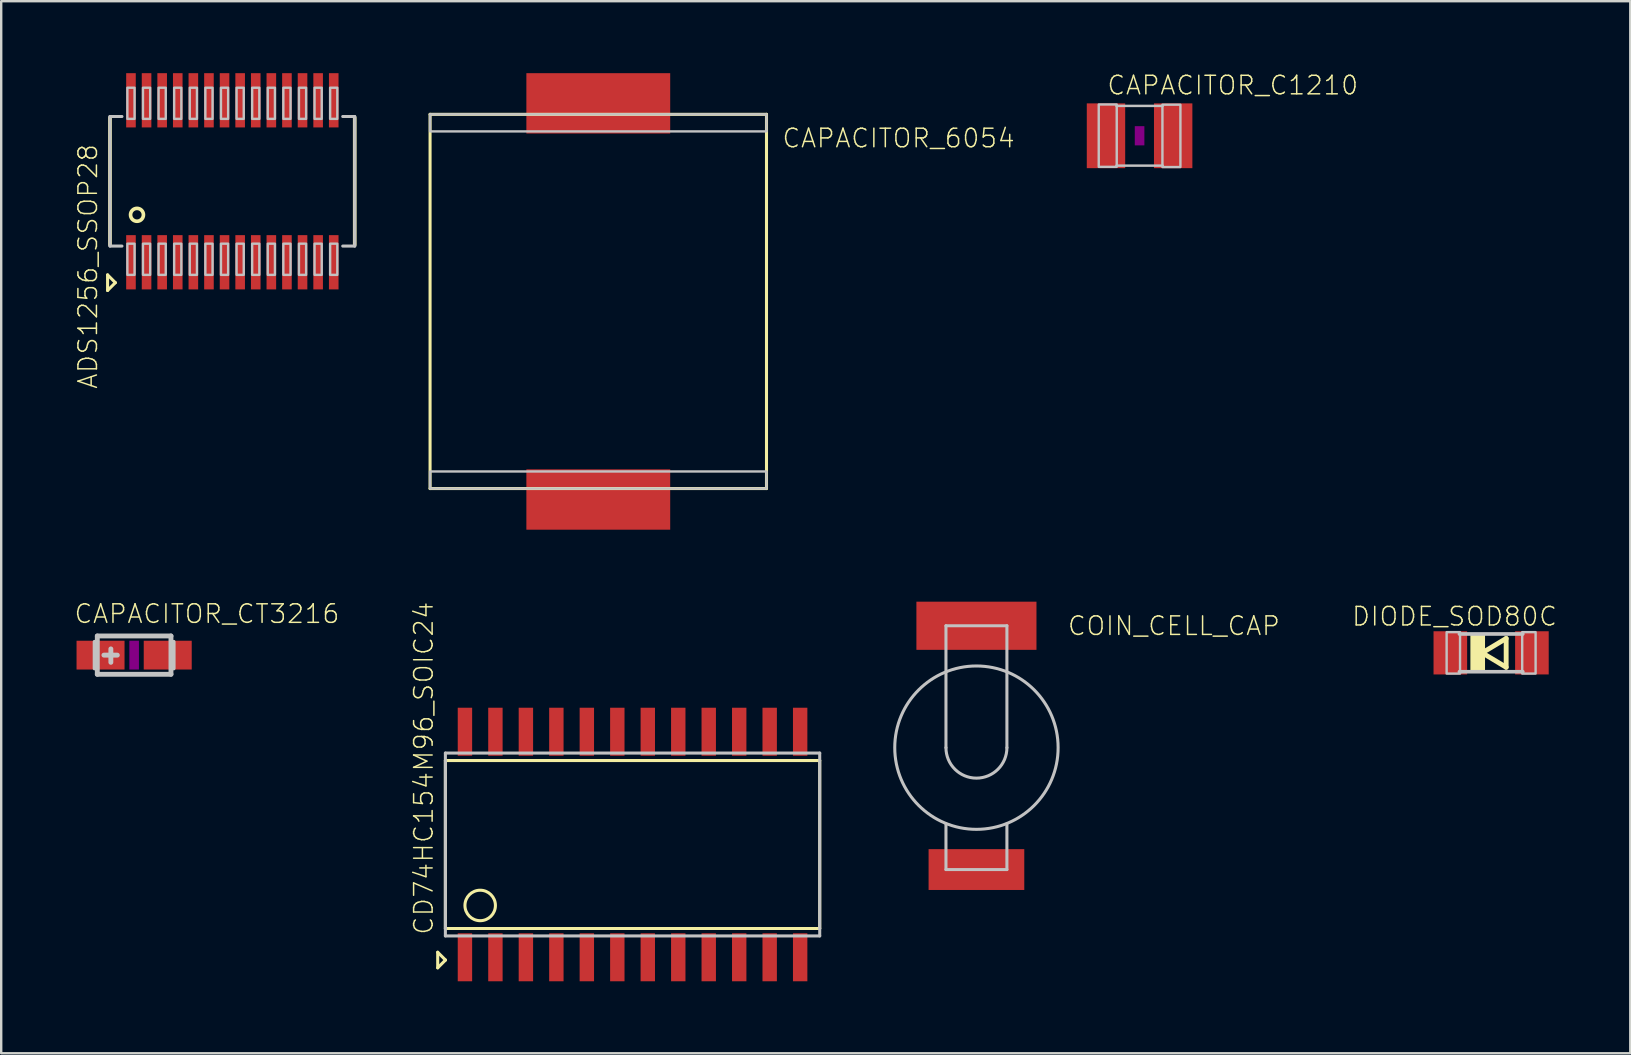
<source format=kicad_pcb>
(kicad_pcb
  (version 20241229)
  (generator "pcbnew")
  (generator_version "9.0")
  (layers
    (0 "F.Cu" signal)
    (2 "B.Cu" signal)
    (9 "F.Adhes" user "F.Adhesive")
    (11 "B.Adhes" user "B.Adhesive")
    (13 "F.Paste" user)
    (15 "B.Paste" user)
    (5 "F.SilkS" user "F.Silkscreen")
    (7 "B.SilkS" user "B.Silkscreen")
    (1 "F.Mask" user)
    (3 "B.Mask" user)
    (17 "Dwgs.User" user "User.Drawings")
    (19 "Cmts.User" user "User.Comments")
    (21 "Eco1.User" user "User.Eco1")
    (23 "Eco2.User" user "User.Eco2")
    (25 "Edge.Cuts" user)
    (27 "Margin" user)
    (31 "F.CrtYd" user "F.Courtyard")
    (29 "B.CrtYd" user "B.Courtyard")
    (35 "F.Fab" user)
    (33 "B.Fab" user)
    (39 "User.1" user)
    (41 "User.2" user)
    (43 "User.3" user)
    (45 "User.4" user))
  (footprint "ADS1256_SSOP28"
    (layer "F.Cu")
    (at 6.633 4.505)
    (property "Reference" "ADS1256_SSOP28" (at -6.47 -1.6 270) (layer "F.SilkS") (effects (font (size 0.772 0.772) (thickness 0.062)) (justify right top)))
    (attr through_hole)
    (fp_line (start -5.2 3.9) (end -5.2 4.55) (stroke (width 0.127) (type solid)) (layer "F.SilkS"))
    (fp_line (start -5.2 4.55) (end -4.875 4.225) (stroke (width 0.127) (type solid)) (layer "F.SilkS"))
    (fp_line (start -5.1 2.65) (end -5.1 -2.65) (stroke (width 0.152) (type solid)) (layer "F.SilkS"))
    (fp_line (start -4.875 4.225) (end -5.2 3.9) (stroke (width 0.127) (type solid)) (layer "F.SilkS"))
    (fp_line (start 5.1 -2.65) (end 5.1 2.65) (stroke (width 0.152) (type solid)) (layer "F.SilkS"))
    (fp_circle (center -3.974 1.397) (end -3.705 1.397) (stroke (width 0.152) (type solid)) (fill no) (layer "F.SilkS"))
    (fp_line (start -5.1 -2.7) (end -5.1 2.7) (stroke (width 0.127) (type solid)) (layer "Dwgs.User"))
    (fp_line (start -5.1 -2.7) (end -4.6 -2.7) (stroke (width 0.127) (type solid)) (layer "Dwgs.User"))
    (fp_line (start -5.1 2.7) (end -4.6 2.7) (stroke (width 0.127) (type solid)) (layer "Dwgs.User"))
    (fp_line (start 4.6 2.7) (end 5.1 2.7) (stroke (width 0.127) (type solid)) (layer "Dwgs.User"))
    (fp_line (start 5.1 -2.7) (end 4.6 -2.7) (stroke (width 0.127) (type solid)) (layer "Dwgs.User"))
    (fp_line (start 5.1 2.7) (end 5.1 -2.7) (stroke (width 0.127) (type solid)) (layer "Dwgs.User"))
    (fp_poly (pts (xy -4.375 -2.6) (xy -4.075 -2.6) (xy -4.075 -3.9) (xy -4.375 -3.9)) (stroke (width 0.1) (type solid)) (fill no) (layer "Dwgs.User"))
    (fp_poly (pts (xy -4.375 3.9) (xy -4.075 3.9) (xy -4.075 2.6) (xy -4.375 2.6)) (stroke (width 0.1) (type solid)) (fill no) (layer "Dwgs.User"))
    (fp_poly (pts (xy -3.725 -2.6) (xy -3.425 -2.6) (xy -3.425 -3.9) (xy -3.725 -3.9)) (stroke (width 0.1) (type solid)) (fill no) (layer "Dwgs.User"))
    (fp_poly (pts (xy -3.725 3.9) (xy -3.425 3.9) (xy -3.425 2.6) (xy -3.725 2.6)) (stroke (width 0.1) (type solid)) (fill no) (layer "Dwgs.User"))
    (fp_poly (pts (xy -3.075 -2.6) (xy -2.775 -2.6) (xy -2.775 -3.9) (xy -3.075 -3.9)) (stroke (width 0.1) (type solid)) (fill no) (layer "Dwgs.User"))
    (fp_poly (pts (xy -3.075 3.9) (xy -2.775 3.9) (xy -2.775 2.6) (xy -3.075 2.6)) (stroke (width 0.1) (type solid)) (fill no) (layer "Dwgs.User"))
    (fp_poly (pts (xy -2.425 -2.6) (xy -2.125 -2.6) (xy -2.125 -3.9) (xy -2.425 -3.9)) (stroke (width 0.1) (type solid)) (fill no) (layer "Dwgs.User"))
    (fp_poly (pts (xy -2.425 3.9) (xy -2.125 3.9) (xy -2.125 2.6) (xy -2.425 2.6)) (stroke (width 0.1) (type solid)) (fill no) (layer "Dwgs.User"))
    (fp_poly (pts (xy -1.775 -2.6) (xy -1.475 -2.6) (xy -1.475 -3.9) (xy -1.775 -3.9)) (stroke (width 0.1) (type solid)) (fill no) (layer "Dwgs.User"))
    (fp_poly (pts (xy -1.775 3.9) (xy -1.475 3.9) (xy -1.475 2.6) (xy -1.775 2.6)) (stroke (width 0.1) (type solid)) (fill no) (layer "Dwgs.User"))
    (fp_poly (pts (xy -1.125 -2.6) (xy -0.825 -2.6) (xy -0.825 -3.9) (xy -1.125 -3.9)) (stroke (width 0.1) (type solid)) (fill no) (layer "Dwgs.User"))
    (fp_poly (pts (xy -1.125 3.9) (xy -0.825 3.9) (xy -0.825 2.6) (xy -1.125 2.6)) (stroke (width 0.1) (type solid)) (fill no) (layer "Dwgs.User"))
    (fp_poly (pts (xy -0.475 -2.6) (xy -0.175 -2.6) (xy -0.175 -3.9) (xy -0.475 -3.9)) (stroke (width 0.1) (type solid)) (fill no) (layer "Dwgs.User"))
    (fp_poly (pts (xy -0.475 3.9) (xy -0.175 3.9) (xy -0.175 2.6) (xy -0.475 2.6)) (stroke (width 0.1) (type solid)) (fill no) (layer "Dwgs.User"))
    (fp_poly (pts (xy 0.175 -2.6) (xy 0.475 -2.6) (xy 0.475 -3.9) (xy 0.175 -3.9)) (stroke (width 0.1) (type solid)) (fill no) (layer "Dwgs.User"))
    (fp_poly (pts (xy 0.175 3.9) (xy 0.475 3.9) (xy 0.475 2.6) (xy 0.175 2.6)) (stroke (width 0.1) (type solid)) (fill no) (layer "Dwgs.User"))
    (fp_poly (pts (xy 0.825 -2.6) (xy 1.125 -2.6) (xy 1.125 -3.9) (xy 0.825 -3.9)) (stroke (width 0.1) (type solid)) (fill no) (layer "Dwgs.User"))
    (fp_poly (pts (xy 0.825 3.9) (xy 1.125 3.9) (xy 1.125 2.6) (xy 0.825 2.6)) (stroke (width 0.1) (type solid)) (fill no) (layer "Dwgs.User"))
    (fp_poly (pts (xy 1.475 -2.6) (xy 1.775 -2.6) (xy 1.775 -3.9) (xy 1.475 -3.9)) (stroke (width 0.1) (type solid)) (fill no) (layer "Dwgs.User"))
    (fp_poly (pts (xy 1.475 3.9) (xy 1.775 3.9) (xy 1.775 2.6) (xy 1.475 2.6)) (stroke (width 0.1) (type solid)) (fill no) (layer "Dwgs.User"))
    (fp_poly (pts (xy 2.125 -2.6) (xy 2.425 -2.6) (xy 2.425 -3.9) (xy 2.125 -3.9)) (stroke (width 0.1) (type solid)) (fill no) (layer "Dwgs.User"))
    (fp_poly (pts (xy 2.125 3.9) (xy 2.425 3.9) (xy 2.425 2.6) (xy 2.125 2.6)) (stroke (width 0.1) (type solid)) (fill no) (layer "Dwgs.User"))
    (fp_poly (pts (xy 2.775 -2.6) (xy 3.075 -2.6) (xy 3.075 -3.9) (xy 2.775 -3.9)) (stroke (width 0.1) (type solid)) (fill no) (layer "Dwgs.User"))
    (fp_poly (pts (xy 2.775 3.9) (xy 3.075 3.9) (xy 3.075 2.6) (xy 2.775 2.6)) (stroke (width 0.1) (type solid)) (fill no) (layer "Dwgs.User"))
    (fp_poly (pts (xy 3.425 -2.6) (xy 3.725 -2.6) (xy 3.725 -3.9) (xy 3.425 -3.9)) (stroke (width 0.1) (type solid)) (fill no) (layer "Dwgs.User"))
    (fp_poly (pts (xy 3.425 3.9) (xy 3.725 3.9) (xy 3.725 2.6) (xy 3.425 2.6)) (stroke (width 0.1) (type solid)) (fill no) (layer "Dwgs.User"))
    (fp_poly (pts (xy 4.075 -2.6) (xy 4.375 -2.6) (xy 4.375 -3.9) (xy 4.075 -3.9)) (stroke (width 0.1) (type solid)) (fill no) (layer "Dwgs.User"))
    (fp_poly (pts (xy 4.075 3.9) (xy 4.375 3.9) (xy 4.375 2.6) (xy 4.075 2.6)) (stroke (width 0.1) (type solid)) (fill no) (layer "Dwgs.User"))
    (pad "1" smd rect (at -4.225 3.375) (size 0.4 2.261) (layers "F.Cu" "F.Mask" "F.Paste"))
    (pad "2" smd rect (at -3.575 3.375) (size 0.4 2.261) (layers "F.Cu" "F.Mask" "F.Paste"))
    (pad "3" smd rect (at -2.925 3.375) (size 0.4 2.261) (layers "F.Cu" "F.Mask" "F.Paste"))
    (pad "4" smd rect (at -2.275 3.375) (size 0.4 2.261) (layers "F.Cu" "F.Mask" "F.Paste"))
    (pad "5" smd rect (at -1.625 3.375) (size 0.4 2.261) (layers "F.Cu" "F.Mask" "F.Paste"))
    (pad "6" smd rect (at -0.975 3.375) (size 0.4 2.261) (layers "F.Cu" "F.Mask" "F.Paste"))
    (pad "7" smd rect (at -0.325 3.375) (size 0.4 2.261) (layers "F.Cu" "F.Mask" "F.Paste"))
    (pad "8" smd rect (at 0.325 3.375) (size 0.4 2.261) (layers "F.Cu" "F.Mask" "F.Paste"))
    (pad "9" smd rect (at 0.975 3.375) (size 0.4 2.261) (layers "F.Cu" "F.Mask" "F.Paste"))
    (pad "10" smd rect (at 1.625 3.375) (size 0.4 2.261) (layers "F.Cu" "F.Mask" "F.Paste"))
    (pad "11" smd rect (at 2.275 3.375) (size 0.4 2.261) (layers "F.Cu" "F.Mask" "F.Paste"))
    (pad "12" smd rect (at 2.925 3.375) (size 0.4 2.261) (layers "F.Cu" "F.Mask" "F.Paste"))
    (pad "13" smd rect (at 3.575 3.375) (size 0.4 2.261) (layers "F.Cu" "F.Mask" "F.Paste"))
    (pad "14" smd rect (at 4.225 3.375) (size 0.4 2.261) (layers "F.Cu" "F.Mask" "F.Paste"))
    (pad "15" smd rect (at 4.225 -3.375 180) (size 0.4 2.261) (layers "F.Cu" "F.Mask" "F.Paste"))
    (pad "16" smd rect (at 3.575 -3.375 180) (size 0.4 2.261) (layers "F.Cu" "F.Mask" "F.Paste"))
    (pad "17" smd rect (at 2.925 -3.375 180) (size 0.4 2.261) (layers "F.Cu" "F.Mask" "F.Paste"))
    (pad "18" smd rect (at 2.275 -3.375 180) (size 0.4 2.261) (layers "F.Cu" "F.Mask" "F.Paste"))
    (pad "19" smd rect (at 1.625 -3.375 180) (size 0.4 2.261) (layers "F.Cu" "F.Mask" "F.Paste"))
    (pad "20" smd rect (at 0.975 -3.375 180) (size 0.4 2.261) (layers "F.Cu" "F.Mask" "F.Paste"))
    (pad "21" smd rect (at 0.325 -3.375 180) (size 0.4 2.261) (layers "F.Cu" "F.Mask" "F.Paste"))
    (pad "22" smd rect (at -0.325 -3.375 180) (size 0.4 2.261) (layers "F.Cu" "F.Mask" "F.Paste"))
    (pad "23" smd rect (at -0.975 -3.375 180) (size 0.4 2.261) (layers "F.Cu" "F.Mask" "F.Paste"))
    (pad "24" smd rect (at -1.625 -3.375 180) (size 0.4 2.261) (layers "F.Cu" "F.Mask" "F.Paste"))
    (pad "25" smd rect (at -2.275 -3.375 180) (size 0.4 2.261) (layers "F.Cu" "F.Mask" "F.Paste"))
    (pad "26" smd rect (at -2.925 -3.375 180) (size 0.4 2.261) (layers "F.Cu" "F.Mask" "F.Paste"))
    (pad "27" smd rect (at -3.575 -3.375 180) (size 0.4 2.261) (layers "F.Cu" "F.Mask" "F.Paste"))
    (pad "28" smd rect (at -4.225 -3.375 180) (size 0.4 2.261) (layers "F.Cu" "F.Mask" "F.Paste")))
  (footprint "DIODE_SOD80C"
    (layer "F.Cu")
    (at 59.091 24.157)
    (property "Reference" "DIODE_SOD80C" (at 2.8 -1.97 180) (layer "F.SilkS") (effects (font (size 0.772 0.772) (thickness 0.062)) (justify right top)))
    (attr through_hole)
    (fp_line (start -0.373 0) (end 0.627 0.6) (stroke (width 0.203) (type solid)) (layer "F.SilkS"))
    (fp_line (start 0.627 -0.6) (end -0.373 0) (stroke (width 0.203) (type solid)) (layer "F.SilkS"))
    (fp_line (start 0.627 0.6) (end 0.627 -0.6) (stroke (width 0.203) (type solid)) (layer "F.SilkS"))
    (fp_poly (pts (xy -0.864 0.787) (xy -0.254 0.787) (xy -0.254 -0.787) (xy -0.864 -0.787)) (stroke (width 0) (type solid)) (fill yes) (layer "F.SilkS"))
    (fp_line (start 1.321 -0.787) (end -1.321 -0.787) (stroke (width 0.152) (type solid)) (layer "Dwgs.User"))
    (fp_line (start 1.321 0.787) (end -1.321 0.787) (stroke (width 0.152) (type solid)) (layer "Dwgs.User"))
    (fp_poly (pts (xy -1.854 0.864) (xy -1.295 0.864) (xy -1.295 -0.864) (xy -1.854 -0.864)) (stroke (width 0.1) (type solid)) (fill no) (layer "Dwgs.User"))
    (fp_poly (pts (xy 1.295 0.864) (xy 1.854 0.864) (xy 1.854 -0.864) (xy 1.295 -0.864)) (stroke (width 0.1) (type solid)) (fill no) (layer "Dwgs.User"))
    (pad "A" smd rect (at 1.7 0) (size 1.4 1.8) (layers "F.Cu" "F.Mask" "F.Paste"))
    (pad "C" smd rect (at -1.7 0) (size 1.4 1.8) (layers "F.Cu" "F.Mask" "F.Paste")))
  (footprint "CD74HC154M96_SOIC24"
    (layer "F.Cu")
    (at 23.311 32.144)
    (property "Reference" "CD74HC154M96_SOIC24" (at -8.255 3.81 270) (layer "F.SilkS") (effects (font (size 0.772 0.772) (thickness 0.062)) (justify left bottom)))
    (attr through_hole)
    (fp_line (start -8.12 4.49) (end -8.12 5.14) (stroke (width 0.127) (type solid)) (layer "F.SilkS"))
    (fp_line (start -8.12 5.14) (end -7.795 4.815) (stroke (width 0.127) (type solid)) (layer "F.SilkS"))
    (fp_line (start -7.8 -3.5) (end -7.8 3.5) (stroke (width 0.127) (type solid)) (layer "F.SilkS"))
    (fp_line (start -7.8 3.5) (end 7.8 3.5) (stroke (width 0.127) (type solid)) (layer "F.SilkS"))
    (fp_line (start -7.795 4.815) (end -8.12 4.49) (stroke (width 0.127) (type solid)) (layer "F.SilkS"))
    (fp_line (start 7.8 -3.5) (end -7.8 -3.5) (stroke (width 0.127) (type solid)) (layer "F.SilkS"))
    (fp_line (start 7.8 3.5) (end 7.8 -3.5) (stroke (width 0.127) (type solid)) (layer "F.SilkS"))
    (fp_circle (center -6.35 2.54) (end -5.715 2.54) (stroke (width 0.127) (type solid)) (fill no) (layer "F.SilkS"))
    (fp_line (start -7.8 -3.81) (end 7.8 -3.81) (stroke (width 0.127) (type solid)) (layer "Dwgs.User"))
    (fp_line (start -7.8 3.81) (end -7.8 -3.81) (stroke (width 0.127) (type solid)) (layer "Dwgs.User"))
    (fp_line (start 7.8 -3.81) (end 7.8 3.81) (stroke (width 0.127) (type solid)) (layer "Dwgs.User"))
    (fp_line (start 7.8 3.81) (end -7.8 3.81) (stroke (width 0.127) (type solid)) (layer "Dwgs.User"))
    (pad "1" smd rect (at -6.985 4.7 270) (size 2 0.6) (layers "F.Cu" "F.Mask" "F.Paste"))
    (pad "2" smd rect (at -5.715 4.7 270) (size 2 0.6) (layers "F.Cu" "F.Mask" "F.Paste"))
    (pad "3" smd rect (at -4.445 4.7 270) (size 2 0.6) (layers "F.Cu" "F.Mask" "F.Paste"))
    (pad "4" smd rect (at -3.175 4.7 270) (size 2 0.6) (layers "F.Cu" "F.Mask" "F.Paste"))
    (pad "5" smd rect (at -1.905 4.7 270) (size 2 0.6) (layers "F.Cu" "F.Mask" "F.Paste"))
    (pad "6" smd rect (at -0.635 4.7 270) (size 2 0.6) (layers "F.Cu" "F.Mask" "F.Paste"))
    (pad "7" smd rect (at 0.635 4.7 270) (size 2 0.6) (layers "F.Cu" "F.Mask" "F.Paste"))
    (pad "8" smd rect (at 1.905 4.7 270) (size 2 0.6) (layers "F.Cu" "F.Mask" "F.Paste"))
    (pad "9" smd rect (at 3.175 4.7 270) (size 2 0.6) (layers "F.Cu" "F.Mask" "F.Paste"))
    (pad "10" smd rect (at 4.445 4.7 270) (size 2 0.6) (layers "F.Cu" "F.Mask" "F.Paste"))
    (pad "11" smd rect (at 5.715 4.7 270) (size 2 0.6) (layers "F.Cu" "F.Mask" "F.Paste"))
    (pad "12" smd rect (at 6.985 4.7 270) (size 2 0.6) (layers "F.Cu" "F.Mask" "F.Paste"))
    (pad "13" smd rect (at 6.985 -4.7 90) (size 2 0.6) (layers "F.Cu" "F.Mask" "F.Paste"))
    (pad "14" smd rect (at 5.715 -4.7 90) (size 2 0.6) (layers "F.Cu" "F.Mask" "F.Paste"))
    (pad "15" smd rect (at 4.445 -4.7 90) (size 2 0.6) (layers "F.Cu" "F.Mask" "F.Paste"))
    (pad "16" smd rect (at 3.175 -4.7 90) (size 2 0.6) (layers "F.Cu" "F.Mask" "F.Paste"))
    (pad "17" smd rect (at 1.905 -4.7 90) (size 2 0.6) (layers "F.Cu" "F.Mask" "F.Paste"))
    (pad "18" smd rect (at 0.635 -4.7 90) (size 2 0.6) (layers "F.Cu" "F.Mask" "F.Paste"))
    (pad "19" smd rect (at -0.635 -4.7 90) (size 2 0.6) (layers "F.Cu" "F.Mask" "F.Paste"))
    (pad "20" smd rect (at -1.905 -4.7 90) (size 2 0.6) (layers "F.Cu" "F.Mask" "F.Paste"))
    (pad "21" smd rect (at -3.175 -4.7 90) (size 2 0.6) (layers "F.Cu" "F.Mask" "F.Paste"))
    (pad "22" smd rect (at -4.445 -4.7 90) (size 2 0.6) (layers "F.Cu" "F.Mask" "F.Paste"))
    (pad "23" smd rect (at -5.715 -4.7 90) (size 2 0.6) (layers "F.Cu" "F.Mask" "F.Paste"))
    (pad "24" smd rect (at -6.985 -4.7 90) (size 2 0.6) (layers "F.Cu" "F.Mask" "F.Paste")))
  (footprint "CAPACITOR_CT3216"
    (layer "F.Cu")
    (at 2.54 24.252)
    (property "Reference" "CAPACITOR_CT3216" (at -2.54 -1.27 0) (layer "F.SilkS") (effects (font (size 0.772 0.772) (thickness 0.062)) (justify left bottom)))
    (attr through_hole)
    (fp_poly (pts (xy -0.2 0.6) (xy 0.2 0.6) (xy 0.2 -0.6) (xy -0.2 -0.6)) (stroke (width 0) (type solid)) (fill yes) (layer "F.Adhes"))
    (fp_line (start -1.651 -0.559) (end -1.651 0.559) (stroke (width 0.152) (type solid)) (layer "Dwgs.User"))
    (fp_line (start -1.535 -0.798) (end -1.535 0.798) (stroke (width 0.203) (type solid)) (layer "Dwgs.User"))
    (fp_line (start -1.535 0.798) (end 1.535 0.798) (stroke (width 0.203) (type solid)) (layer "Dwgs.User"))
    (fp_line (start -0.97 -0.26) (end -0.97 0.3) (stroke (width 0.203) (type solid)) (layer "Dwgs.User"))
    (fp_line (start -0.7 0) (end -1.26 0) (stroke (width 0.203) (type solid)) (layer "Dwgs.User"))
    (fp_line (start 1.535 -0.798) (end -1.535 -0.798) (stroke (width 0.203) (type solid)) (layer "Dwgs.User"))
    (fp_line (start 1.535 0.798) (end 1.535 -0.798) (stroke (width 0.203) (type solid)) (layer "Dwgs.User"))
    (fp_line (start 1.651 -0.559) (end 1.651 0.559) (stroke (width 0.152) (type solid)) (layer "Dwgs.User"))
    (pad "+" smd rect (at -1.4 0) (size 2 1.2) (layers "F.Cu" "F.Mask" "F.Paste"))
    (pad "-" smd rect (at 1.4 0) (size 2 1.2) (layers "F.Cu" "F.Mask" "F.Paste")))
  (footprint "COIN_CELL_CAP"
    (layer "F.Cu")
    (at 37.642 28.108)
    (property "Reference" "COIN_CELL_CAP" (at 3.759 -4.623 0) (layer "F.SilkS") (effects (font (size 0.772 0.772) (thickness 0.062)) (justify left bottom)))
    (attr through_hole)
    (fp_line (start -1.27 -5.08) (end -1.27 0) (stroke (width 0.127) (type solid)) (layer "Dwgs.User"))
    (fp_line (start -1.27 3.175) (end -1.27 5.08) (stroke (width 0.127) (type solid)) (layer "Dwgs.User"))
    (fp_line (start -1.27 5.08) (end 1.27 5.08) (stroke (width 0.127) (type solid)) (layer "Dwgs.User"))
    (fp_line (start 1.27 -5.08) (end -1.27 -5.08) (stroke (width 0.127) (type solid)) (layer "Dwgs.User"))
    (fp_line (start 1.27 -5.08) (end 1.27 0) (stroke (width 0.127) (type solid)) (layer "Dwgs.User"))
    (fp_line (start 1.27 5.08) (end 1.27 3.175) (stroke (width 0.127) (type solid)) (layer "Dwgs.User"))
    (fp_arc (start 1.27 0) (mid 0 1.27) (end -1.27 0) (stroke (width 0.127) (type solid)) (layer "Dwgs.User"))
    (fp_circle (center 0 0) (end 3.404 0) (stroke (width 0.127) (type solid)) (fill no) (layer "Dwgs.User"))
    (pad "P$1" smd rect (at 0 -5.08) (size 5.004 2.007) (layers "F.Cu" "F.Mask" "F.Paste"))
    (pad "P$2" smd rect (at 0 5.08) (size 3.988 1.702) (layers "F.Cu" "F.Mask" "F.Paste")))
  (footprint "CAPACITOR_C1210"
    (layer "F.Cu")
    (at 44.441 2.608)
    (property "Reference" "CAPACITOR_C1210" (at -1.397 -1.651 0) (layer "F.SilkS") (effects (font (size 0.772 0.772) (thickness 0.062)) (justify left bottom)))
    (attr through_hole)
    (fp_poly (pts (xy -0.2 0.4) (xy 0.2 0.4) (xy 0.2 -0.4) (xy -0.2 -0.4)) (stroke (width 0) (type solid)) (fill yes) (layer "F.Adhes"))
    (fp_line (start -0.965 -1.245) (end 0.965 -1.245) (stroke (width 0.102) (type solid)) (layer "Dwgs.User"))
    (fp_line (start -0.965 1.245) (end 0.965 1.245) (stroke (width 0.102) (type solid)) (layer "Dwgs.User"))
    (fp_poly (pts (xy -1.702 1.295) (xy -0.952 1.295) (xy -0.952 -1.304) (xy -1.702 -1.304)) (stroke (width 0.1) (type solid)) (fill no) (layer "Dwgs.User"))
    (fp_poly (pts (xy 0.952 1.304) (xy 1.702 1.304) (xy 1.702 -1.295) (xy 0.952 -1.295)) (stroke (width 0.1) (type solid)) (fill no) (layer "Dwgs.User"))
    (pad "1" smd rect (at -1.4 0) (size 1.6 2.7) (layers "F.Cu" "F.Mask" "F.Paste"))
    (pad "2" smd rect (at 1.4 0) (size 1.6 2.7) (layers "F.Cu" "F.Mask" "F.Paste")))
  (footprint "CAPACITOR_6054"
    (layer "F.Cu")
    (at 21.883 9.512)
    (property "Reference" "CAPACITOR_6054" (at 7.62 -6.35 0) (layer "F.SilkS") (effects (font (size 0.772 0.772) (thickness 0.062)) (justify left bottom)))
    (attr through_hole)
    (fp_line (start -7.01 -7.798) (end 7.01 -7.798) (stroke (width 0.127) (type solid)) (layer "F.SilkS"))
    (fp_line (start -7.01 7.798) (end -7.01 -7.798) (stroke (width 0.127) (type solid)) (layer "F.SilkS"))
    (fp_line (start 7.01 -7.798) (end 7.01 7.798) (stroke (width 0.127) (type solid)) (layer "F.SilkS"))
    (fp_line (start 7.01 7.798) (end -7.01 7.798) (stroke (width 0.127) (type solid)) (layer "F.SilkS"))
    (fp_poly (pts (xy -7.01 -7.087) (xy 7.01 -7.087) (xy 7.01 -7.798) (xy -7.01 -7.798)) (stroke (width 0.1) (type solid)) (fill no) (layer "Dwgs.User"))
    (fp_poly (pts (xy -7.01 7.798) (xy 7.01 7.798) (xy 7.01 7.087) (xy -7.01 7.087)) (stroke (width 0.1) (type solid)) (fill no) (layer "Dwgs.User"))
    (pad "1" smd rect (at 0 -8.255) (size 5.994 2.515) (layers "F.Cu" "F.Mask" "F.Paste"))
    (pad "2" smd rect (at 0 8.255) (size 5.994 2.515) (layers "F.Cu" "F.Mask" "F.Paste")))
  (gr_rect
    (start -3 -3)
    (end 64.891 40.844)
    (stroke (width 0.1) (type default))
    (fill no)
    (layer "Edge.Cuts")))
</source>
